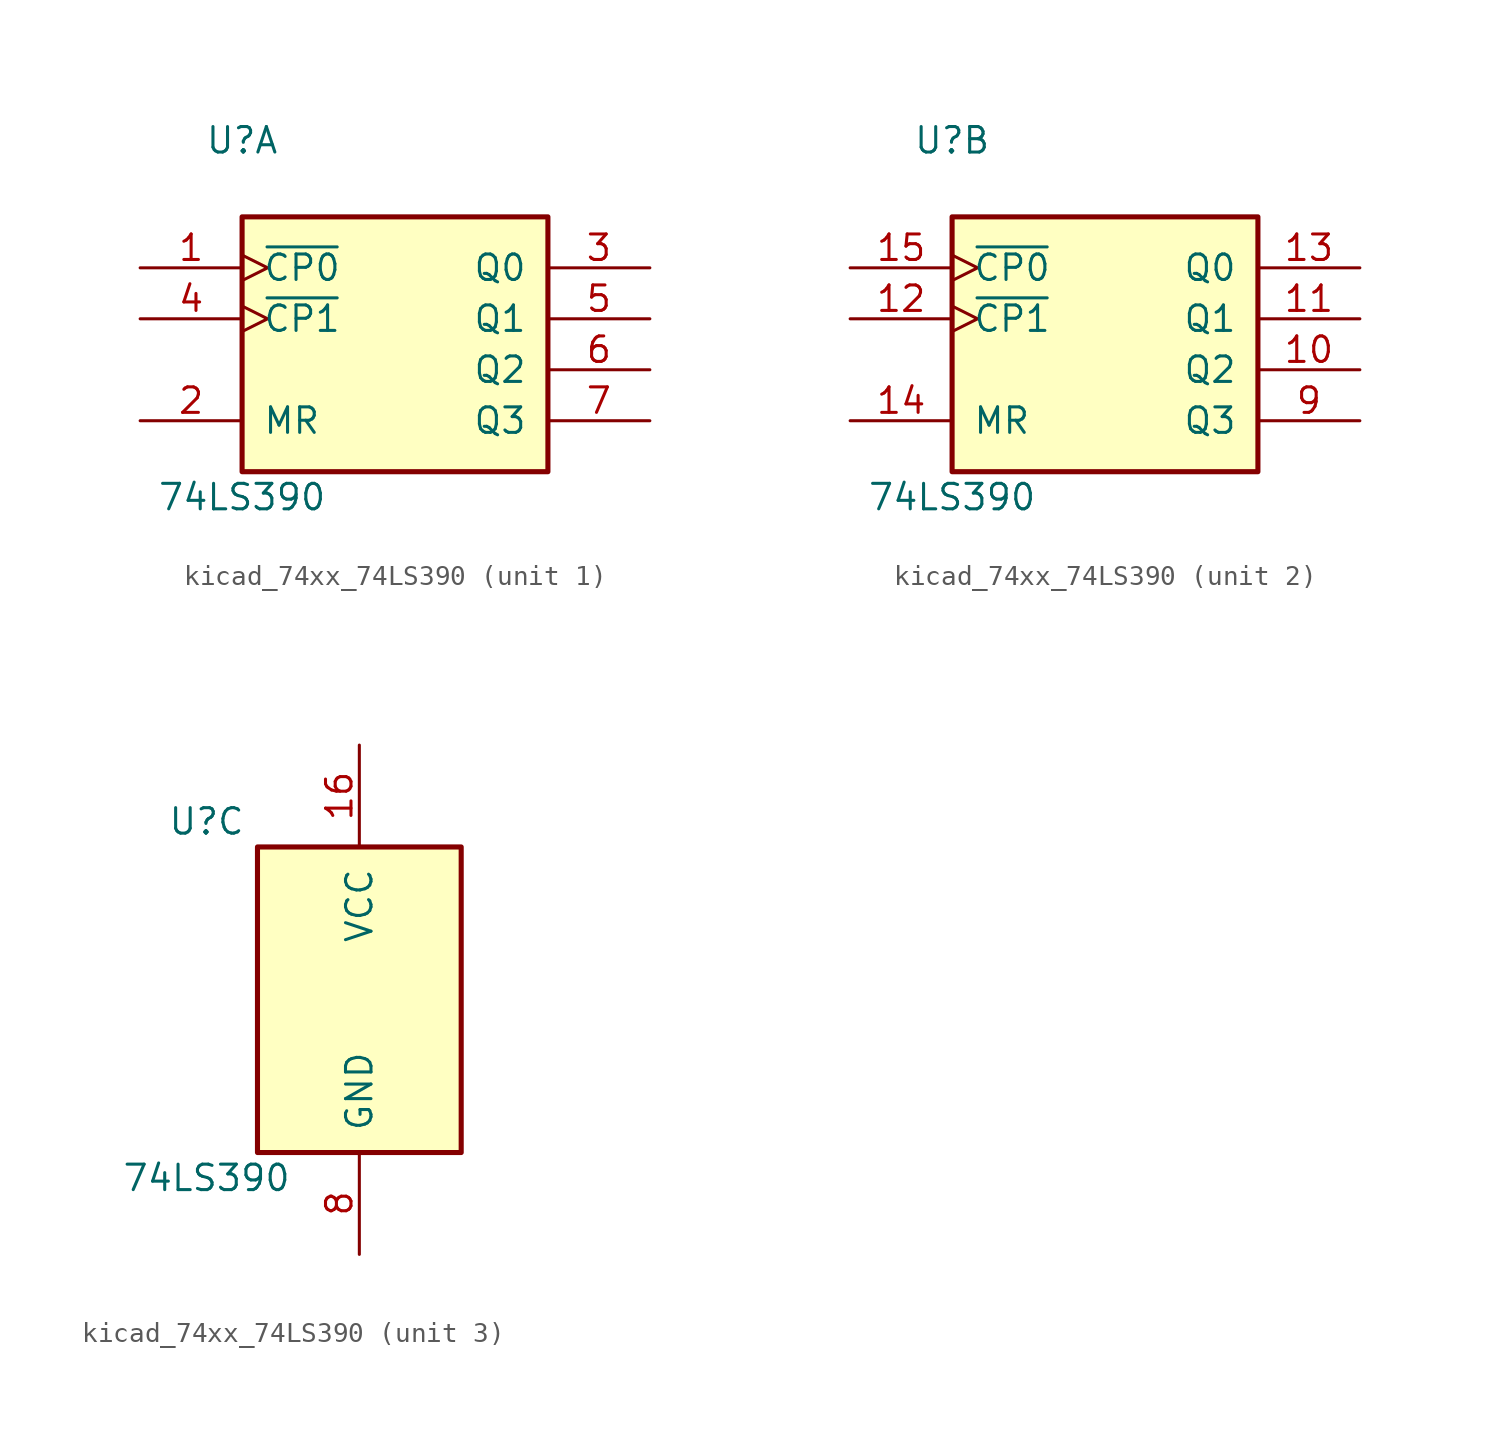
<source format=kicad_sym>
(kicad_symbol_lib
  (version 20220914)
  (generator kicad_symbol_editor)
  (symbol "kicad_74xx_74LS390"
    (pin_names
      (offset 1.016))
    (property "Reference" "U"
      (at -7.62 8.89 0)
      (effects (font (size 1.27 1.27))))
    (property "Value" "74LS390"
      (at -7.62 -8.89 0)
      (effects (font (size 1.27 1.27))))
    (property "ki_locked" ""
      (at 0 0 0)
      (effects (font (size 1.27 1.27))))
    (symbol "kicad_74xx_74LS390_1_0"
      (pin input clock (at -12.7 2.54 0) (length 5.08) (name "~{CP0}" (effects (font (size 1.27 1.27)))) (number "1" (effects (font (size 1.27 1.27)))))
      (pin input line (at -12.7 -5.08 0) (length 5.08) (name "MR" (effects (font (size 1.27 1.27)))) (number "2" (effects (font (size 1.27 1.27)))))
      (pin output line (at 12.7 2.54 180) (length 5.08) (name "Q0" (effects (font (size 1.27 1.27)))) (number "3" (effects (font (size 1.27 1.27)))))
      (pin input clock (at -12.7 0 0) (length 5.08) (name "~{CP1}" (effects (font (size 1.27 1.27)))) (number "4" (effects (font (size 1.27 1.27)))))
      (pin output line (at 12.7 0 180) (length 5.08) (name "Q1" (effects (font (size 1.27 1.27)))) (number "5" (effects (font (size 1.27 1.27)))))
      (pin output line (at 12.7 -2.54 180) (length 5.08) (name "Q2" (effects (font (size 1.27 1.27)))) (number "6" (effects (font (size 1.27 1.27)))))
      (pin output line (at 12.7 -5.08 180) (length 5.08) (name "Q3" (effects (font (size 1.27 1.27)))) (number "7" (effects (font (size 1.27 1.27))))))
    (symbol "kicad_74xx_74LS390_1_1"
      (rectangle (start -7.62 5.08) (end 7.62 -7.62) (stroke (width 0.254) (type default)) (fill (type background))))
    (symbol "kicad_74xx_74LS390_2_0"
      (pin output line (at 12.7 -2.54 180) (length 5.08) (name "Q2" (effects (font (size 1.27 1.27)))) (number "10" (effects (font (size 1.27 1.27)))))
      (pin output line (at 12.7 0 180) (length 5.08) (name "Q1" (effects (font (size 1.27 1.27)))) (number "11" (effects (font (size 1.27 1.27)))))
      (pin input clock (at -12.7 0 0) (length 5.08) (name "~{CP1}" (effects (font (size 1.27 1.27)))) (number "12" (effects (font (size 1.27 1.27)))))
      (pin output line (at 12.7 2.54 180) (length 5.08) (name "Q0" (effects (font (size 1.27 1.27)))) (number "13" (effects (font (size 1.27 1.27)))))
      (pin input line (at -12.7 -5.08 0) (length 5.08) (name "MR" (effects (font (size 1.27 1.27)))) (number "14" (effects (font (size 1.27 1.27)))))
      (pin input clock (at -12.7 2.54 0) (length 5.08) (name "~{CP0}" (effects (font (size 1.27 1.27)))) (number "15" (effects (font (size 1.27 1.27)))))
      (pin output line (at 12.7 -5.08 180) (length 5.08) (name "Q3" (effects (font (size 1.27 1.27)))) (number "9" (effects (font (size 1.27 1.27))))))
    (symbol "kicad_74xx_74LS390_2_1"
      (rectangle (start -7.62 5.08) (end 7.62 -7.62) (stroke (width 0.254) (type default)) (fill (type background))))
    (symbol "kicad_74xx_74LS390_3_0"
      (pin power_in line (at 0 12.7 270) (length 5.08) (name "VCC" (effects (font (size 1.27 1.27)))) (number "16" (effects (font (size 1.27 1.27)))))
      (pin power_in line (at 0 -12.7 90) (length 5.08) (name "GND" (effects (font (size 1.27 1.27)))) (number "8" (effects (font (size 1.27 1.27))))))
    (symbol "kicad_74xx_74LS390_3_1"
      (rectangle (start -5.08 7.62) (end 5.08 -7.62) (stroke (width 0.254) (type default)) (fill (type background))))))
</source>
